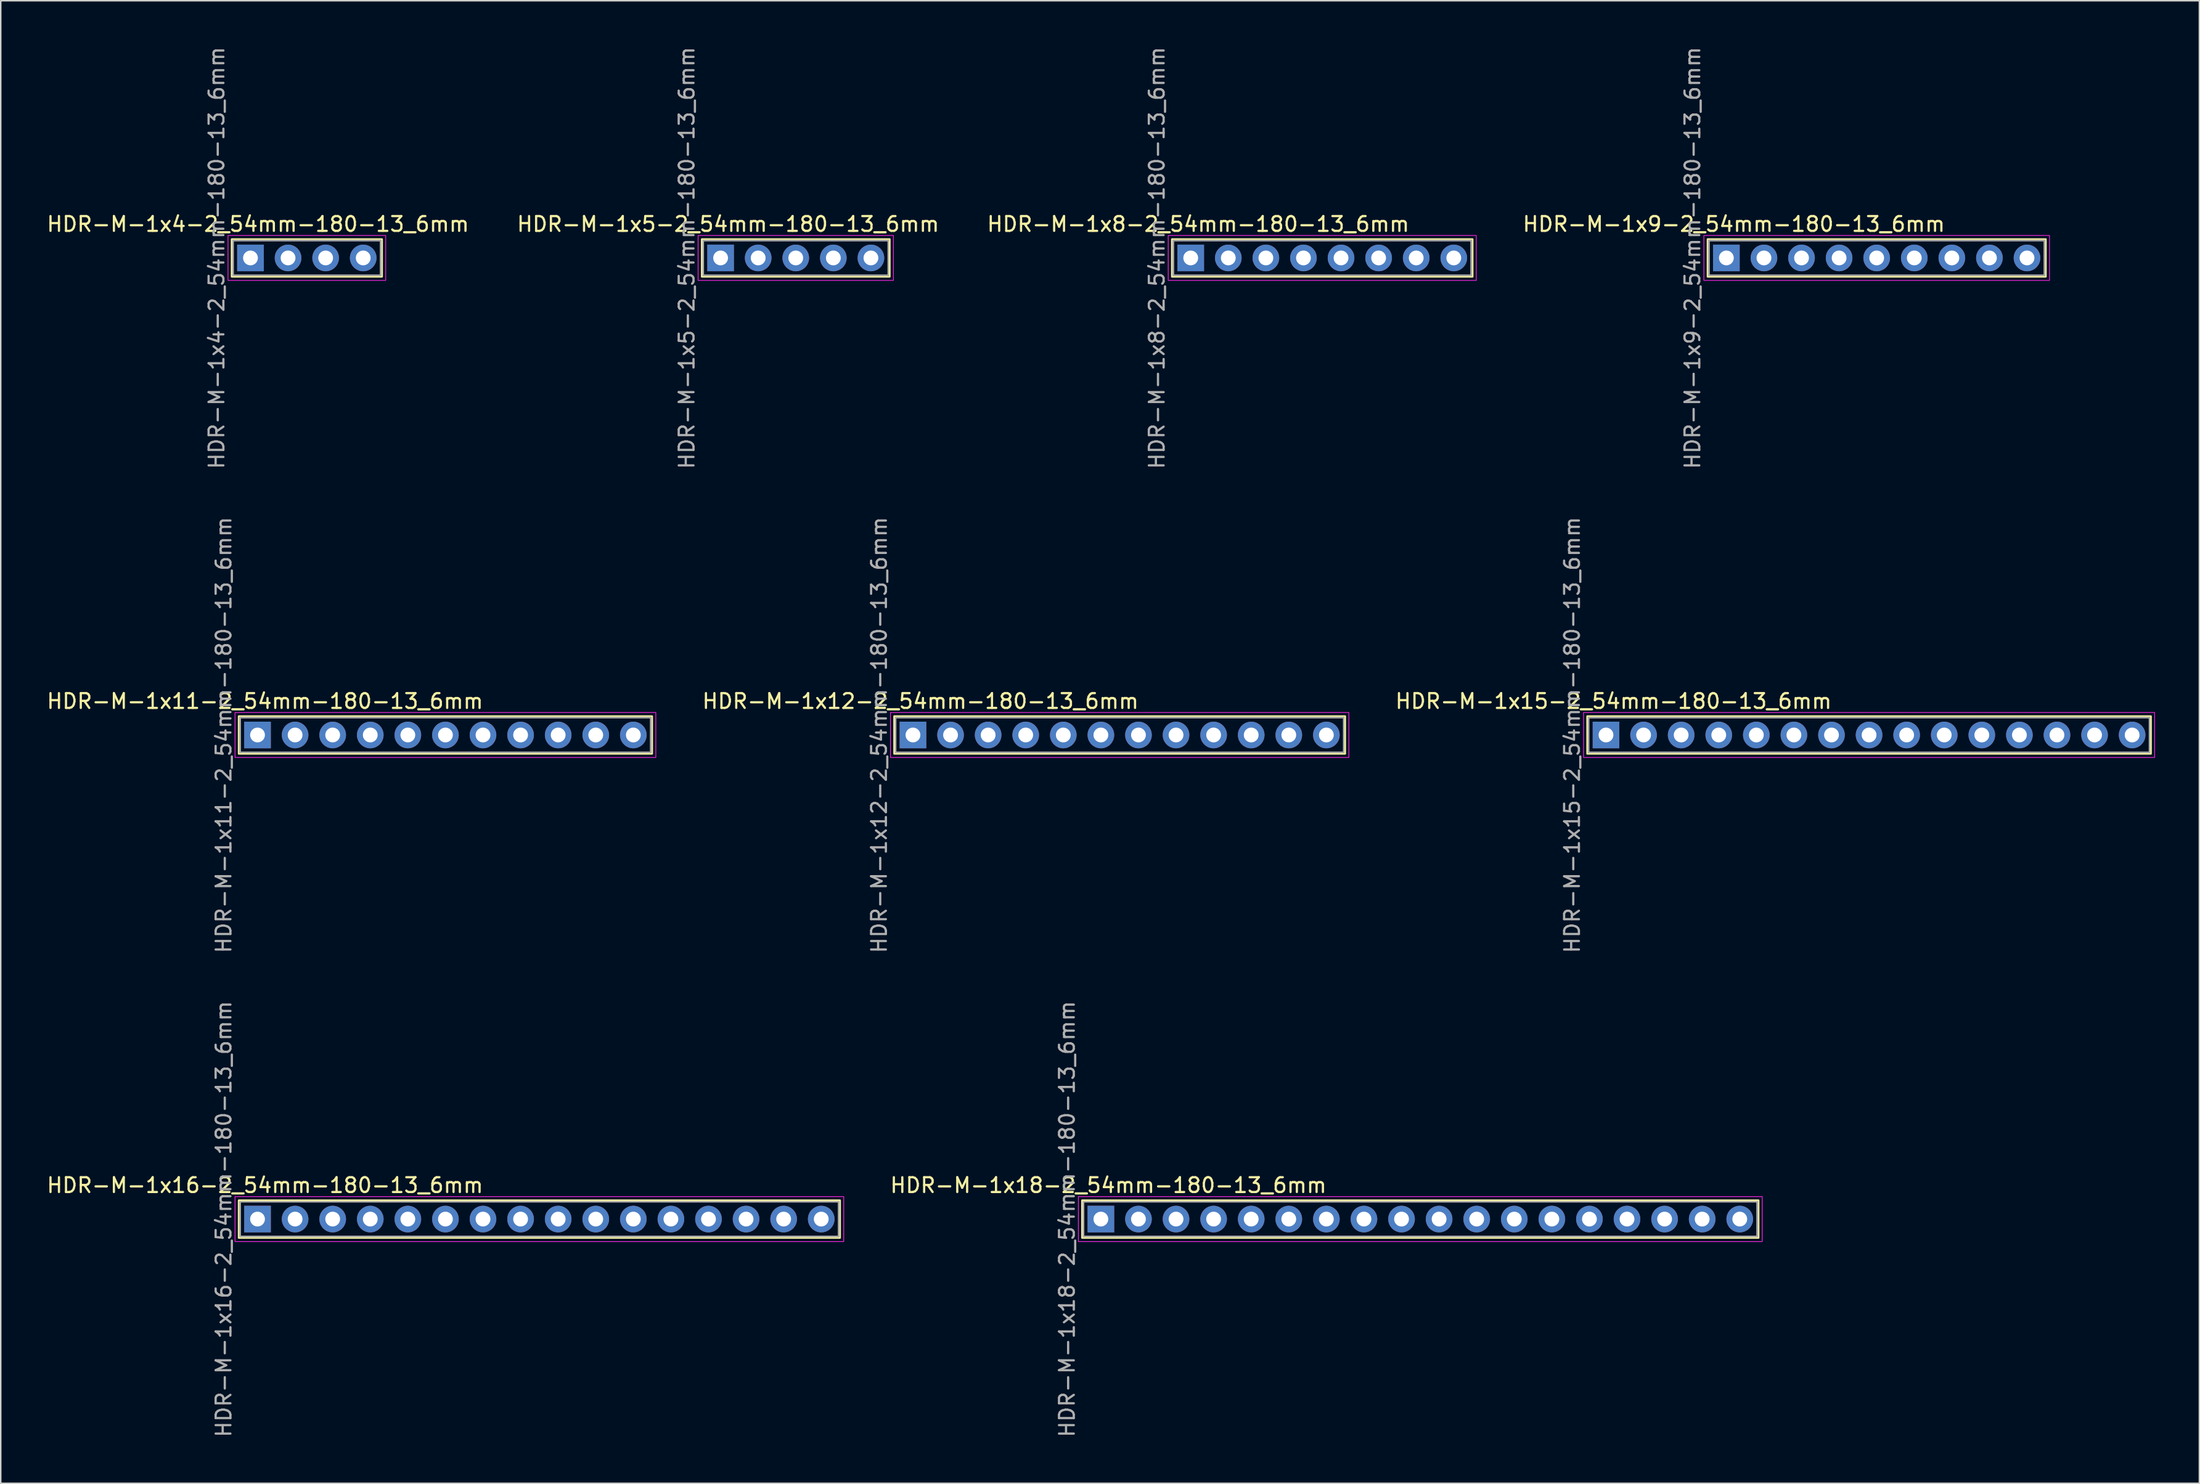
<source format=kicad_pcb>
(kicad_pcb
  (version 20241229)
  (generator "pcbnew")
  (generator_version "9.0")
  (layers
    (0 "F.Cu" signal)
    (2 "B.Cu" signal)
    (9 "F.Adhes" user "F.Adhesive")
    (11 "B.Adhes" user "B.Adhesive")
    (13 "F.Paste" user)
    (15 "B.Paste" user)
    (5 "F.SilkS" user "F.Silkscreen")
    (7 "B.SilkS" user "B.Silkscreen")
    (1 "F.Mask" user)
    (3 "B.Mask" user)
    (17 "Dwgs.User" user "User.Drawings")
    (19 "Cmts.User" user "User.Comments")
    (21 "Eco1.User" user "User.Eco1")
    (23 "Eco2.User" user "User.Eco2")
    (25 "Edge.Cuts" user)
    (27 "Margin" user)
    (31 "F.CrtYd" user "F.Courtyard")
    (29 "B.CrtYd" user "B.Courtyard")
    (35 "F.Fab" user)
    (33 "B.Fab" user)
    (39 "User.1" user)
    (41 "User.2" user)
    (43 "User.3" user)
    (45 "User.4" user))
  (footprint "HDR-M-1x9-2_54mm-180-13_6mm"
    (layer "F.Cu")
    (at 113.63 14.387)
    (property "Reference" "HDR-M-1x9-2_54mm-180-13_6mm" (at 0.508 -2.286 0) (unlocked yes) (layer "F.SilkS") (effects (font (size 1 1) (thickness 0.15))))
    (attr through_hole)
    (fp_rect (start -1.27 -1.27) (end 21.59 1.27) (stroke (width 0.12) (type solid)) (fill no) (layer "F.SilkS"))
    (fp_rect (start -1.52 -1.52) (end 21.84 1.52) (stroke (width 0.05) (type solid)) (fill no) (layer "F.CrtYd"))
    (fp_rect (start -1.17 -1.17) (end 21.49 1.17) (stroke (width 0.1) (type solid)) (fill no) (layer "F.Fab"))
    (fp_text user "${REFERENCE}" (at -2.286 0 90) (unlocked yes) (layer "F.Fab") (effects (font (size 1 1) (thickness 0.15))))
    (pad "1" thru_hole rect (at 0 0) (size 1.8 1.8) (drill 1) (layers "*.Cu" "*.Mask"))
    (pad "2" thru_hole circle (at 2.54 0) (size 1.8 1.8) (drill 1) (layers "*.Cu" "*.Mask"))
    (pad "3" thru_hole circle (at 5.08 0) (size 1.8 1.8) (drill 1) (layers "*.Cu" "*.Mask"))
    (pad "4" thru_hole circle (at 7.62 0) (size 1.8 1.8) (drill 1) (layers "*.Cu" "*.Mask"))
    (pad "5" thru_hole circle (at 10.16 0) (size 1.8 1.8) (drill 1) (layers "*.Cu" "*.Mask"))
    (pad "6" thru_hole circle (at 12.7 0) (size 1.8 1.8) (drill 1) (layers "*.Cu" "*.Mask"))
    (pad "7" thru_hole circle (at 15.24 0) (size 1.8 1.8) (drill 1) (layers "*.Cu" "*.Mask"))
    (pad "8" thru_hole circle (at 17.78 0) (size 1.8 1.8) (drill 1) (layers "*.Cu" "*.Mask"))
    (pad "9" thru_hole circle (at 20.32 0) (size 1.8 1.8) (drill 1) (layers "*.Cu" "*.Mask")))
  (footprint "HDR-M-1x11-2_54mm-180-13_6mm"
    (layer "F.Cu")
    (at 14.355 46.637)
    (property "Reference" "HDR-M-1x11-2_54mm-180-13_6mm" (at 0.508 -2.286 0) (unlocked yes) (layer "F.SilkS") (effects (font (size 1 1) (thickness 0.15))))
    (attr through_hole)
    (fp_rect (start -1.27 -1.27) (end 26.67 1.27) (stroke (width 0.12) (type solid)) (fill no) (layer "F.SilkS"))
    (fp_rect (start -1.52 -1.52) (end 26.92 1.52) (stroke (width 0.05) (type solid)) (fill no) (layer "F.CrtYd"))
    (fp_rect (start -1.17 -1.17) (end 26.57 1.17) (stroke (width 0.1) (type solid)) (fill no) (layer "F.Fab"))
    (fp_text user "${REFERENCE}" (at -2.286 0 90) (unlocked yes) (layer "F.Fab") (effects (font (size 1 1) (thickness 0.15))))
    (pad "1" thru_hole rect (at 0 0) (size 1.8 1.8) (drill 1) (layers "*.Cu" "*.Mask"))
    (pad "2" thru_hole circle (at 2.54 0) (size 1.8 1.8) (drill 1) (layers "*.Cu" "*.Mask"))
    (pad "3" thru_hole circle (at 5.08 0) (size 1.8 1.8) (drill 1) (layers "*.Cu" "*.Mask"))
    (pad "4" thru_hole circle (at 7.62 0) (size 1.8 1.8) (drill 1) (layers "*.Cu" "*.Mask"))
    (pad "5" thru_hole circle (at 10.16 0) (size 1.8 1.8) (drill 1) (layers "*.Cu" "*.Mask"))
    (pad "6" thru_hole circle (at 12.7 0) (size 1.8 1.8) (drill 1) (layers "*.Cu" "*.Mask"))
    (pad "7" thru_hole circle (at 15.24 0) (size 1.8 1.8) (drill 1) (layers "*.Cu" "*.Mask"))
    (pad "8" thru_hole circle (at 17.78 0) (size 1.8 1.8) (drill 1) (layers "*.Cu" "*.Mask"))
    (pad "9" thru_hole circle (at 20.32 0) (size 1.8 1.8) (drill 1) (layers "*.Cu" "*.Mask"))
    (pad "10" thru_hole circle (at 22.86 0) (size 1.8 1.8) (drill 1) (layers "*.Cu" "*.Mask"))
    (pad "11" thru_hole circle (at 25.4 0) (size 1.8 1.8) (drill 1) (layers "*.Cu" "*.Mask")))
  (footprint "HDR-M-1x5-2_54mm-180-13_6mm"
    (layer "F.Cu")
    (at 45.653 14.387)
    (property "Reference" "HDR-M-1x5-2_54mm-180-13_6mm" (at 0.508 -2.286 0) (unlocked yes) (layer "F.SilkS") (effects (font (size 1 1) (thickness 0.15))))
    (attr through_hole)
    (fp_rect (start -1.27 -1.27) (end 11.43 1.27) (stroke (width 0.12) (type solid)) (fill no) (layer "F.SilkS"))
    (fp_rect (start -1.52 -1.52) (end 11.68 1.52) (stroke (width 0.05) (type solid)) (fill no) (layer "F.CrtYd"))
    (fp_rect (start -1.17 -1.17) (end 11.33 1.17) (stroke (width 0.1) (type solid)) (fill no) (layer "F.Fab"))
    (fp_text user "${REFERENCE}" (at -2.286 0 90) (unlocked yes) (layer "F.Fab") (effects (font (size 1 1) (thickness 0.15))))
    (pad "1" thru_hole rect (at 0 0) (size 1.8 1.8) (drill 1) (layers "*.Cu" "*.Mask"))
    (pad "2" thru_hole circle (at 2.54 0) (size 1.8 1.8) (drill 1) (layers "*.Cu" "*.Mask"))
    (pad "3" thru_hole circle (at 5.08 0) (size 1.8 1.8) (drill 1) (layers "*.Cu" "*.Mask"))
    (pad "4" thru_hole circle (at 7.62 0) (size 1.8 1.8) (drill 1) (layers "*.Cu" "*.Mask"))
    (pad "5" thru_hole circle (at 10.16 0) (size 1.8 1.8) (drill 1) (layers "*.Cu" "*.Mask")))
  (footprint "HDR-M-1x18-2_54mm-180-13_6mm"
    (layer "F.Cu")
    (at 71.355 79.363)
    (property "Reference" "HDR-M-1x18-2_54mm-180-13_6mm" (at 0.508 -2.286 0) (unlocked yes) (layer "F.SilkS") (effects (font (size 1 1) (thickness 0.15))))
    (attr through_hole)
    (fp_rect (start -1.27 -1.27) (end 44.45 1.27) (stroke (width 0.12) (type solid)) (fill no) (layer "F.SilkS"))
    (fp_rect (start -1.52 -1.52) (end 44.7 1.52) (stroke (width 0.05) (type solid)) (fill no) (layer "F.CrtYd"))
    (fp_rect (start -1.17 -1.17) (end 44.35 1.17) (stroke (width 0.1) (type solid)) (fill no) (layer "F.Fab"))
    (fp_text user "${REFERENCE}" (at -2.286 0 90) (unlocked yes) (layer "F.Fab") (effects (font (size 1 1) (thickness 0.15))))
    (pad "1" thru_hole rect (at 0 0) (size 1.8 1.8) (drill 1) (layers "*.Cu" "*.Mask"))
    (pad "2" thru_hole circle (at 2.54 0) (size 1.8 1.8) (drill 1) (layers "*.Cu" "*.Mask"))
    (pad "3" thru_hole circle (at 5.08 0) (size 1.8 1.8) (drill 1) (layers "*.Cu" "*.Mask"))
    (pad "4" thru_hole circle (at 7.62 0) (size 1.8 1.8) (drill 1) (layers "*.Cu" "*.Mask"))
    (pad "5" thru_hole circle (at 10.16 0) (size 1.8 1.8) (drill 1) (layers "*.Cu" "*.Mask"))
    (pad "6" thru_hole circle (at 12.7 0) (size 1.8 1.8) (drill 1) (layers "*.Cu" "*.Mask"))
    (pad "7" thru_hole circle (at 15.24 0) (size 1.8 1.8) (drill 1) (layers "*.Cu" "*.Mask"))
    (pad "8" thru_hole circle (at 17.78 0) (size 1.8 1.8) (drill 1) (layers "*.Cu" "*.Mask"))
    (pad "9" thru_hole circle (at 20.32 0) (size 1.8 1.8) (drill 1) (layers "*.Cu" "*.Mask"))
    (pad "10" thru_hole circle (at 22.86 0) (size 1.8 1.8) (drill 1) (layers "*.Cu" "*.Mask"))
    (pad "11" thru_hole circle (at 25.4 0) (size 1.8 1.8) (drill 1) (layers "*.Cu" "*.Mask"))
    (pad "12" thru_hole circle (at 27.94 0) (size 1.8 1.8) (drill 1) (layers "*.Cu" "*.Mask"))
    (pad "13" thru_hole circle (at 30.48 0) (size 1.8 1.8) (drill 1) (layers "*.Cu" "*.Mask"))
    (pad "14" thru_hole circle (at 33.02 0) (size 1.8 1.8) (drill 1) (layers "*.Cu" "*.Mask"))
    (pad "15" thru_hole circle (at 35.56 0) (size 1.8 1.8) (drill 1) (layers "*.Cu" "*.Mask"))
    (pad "16" thru_hole circle (at 38.1 0) (size 1.8 1.8) (drill 1) (layers "*.Cu" "*.Mask"))
    (pad "17" thru_hole circle (at 40.64 0) (size 1.8 1.8) (drill 1) (layers "*.Cu" "*.Mask"))
    (pad "18" thru_hole circle (at 43.18 0) (size 1.8 1.8) (drill 1) (layers "*.Cu" "*.Mask")))
  (footprint "HDR-M-1x4-2_54mm-180-13_6mm"
    (layer "F.Cu")
    (at 13.879 14.387)
    (property "Reference" "HDR-M-1x4-2_54mm-180-13_6mm" (at 0.508 -2.286 0) (unlocked yes) (layer "F.SilkS") (effects (font (size 1 1) (thickness 0.15))))
    (attr through_hole)
    (fp_rect (start -1.27 -1.27) (end 8.89 1.27) (stroke (width 0.12) (type solid)) (fill no) (layer "F.SilkS"))
    (fp_rect (start -1.52 -1.52) (end 9.14 1.52) (stroke (width 0.05) (type solid)) (fill no) (layer "F.CrtYd"))
    (fp_rect (start -1.17 -1.17) (end 8.79 1.17) (stroke (width 0.1) (type solid)) (fill no) (layer "F.Fab"))
    (fp_text user "${REFERENCE}" (at -2.286 0 90) (unlocked yes) (layer "F.Fab") (effects (font (size 1 1) (thickness 0.15))))
    (pad "1" thru_hole rect (at 0 0) (size 1.8 1.8) (drill 1) (layers "*.Cu" "*.Mask"))
    (pad "2" thru_hole circle (at 2.54 0) (size 1.8 1.8) (drill 1) (layers "*.Cu" "*.Mask"))
    (pad "3" thru_hole circle (at 5.08 0) (size 1.8 1.8) (drill 1) (layers "*.Cu" "*.Mask"))
    (pad "4" thru_hole circle (at 7.62 0) (size 1.8 1.8) (drill 1) (layers "*.Cu" "*.Mask")))
  (footprint "HDR-M-1x15-2_54mm-180-13_6mm"
    (layer "F.Cu")
    (at 105.495 46.637)
    (property "Reference" "HDR-M-1x15-2_54mm-180-13_6mm" (at 0.508 -2.286 0) (unlocked yes) (layer "F.SilkS") (effects (font (size 1 1) (thickness 0.15))))
    (attr through_hole)
    (fp_rect (start -1.27 -1.27) (end 36.83 1.27) (stroke (width 0.12) (type solid)) (fill no) (layer "F.SilkS"))
    (fp_rect (start -1.52 -1.52) (end 37.08 1.52) (stroke (width 0.05) (type solid)) (fill no) (layer "F.CrtYd"))
    (fp_rect (start -1.17 -1.17) (end 36.73 1.17) (stroke (width 0.1) (type solid)) (fill no) (layer "F.Fab"))
    (fp_text user "${REFERENCE}" (at -2.286 0 90) (unlocked yes) (layer "F.Fab") (effects (font (size 1 1) (thickness 0.15))))
    (pad "1" thru_hole rect (at 0 0) (size 1.8 1.8) (drill 1) (layers "*.Cu" "*.Mask"))
    (pad "2" thru_hole circle (at 2.54 0) (size 1.8 1.8) (drill 1) (layers "*.Cu" "*.Mask"))
    (pad "3" thru_hole circle (at 5.08 0) (size 1.8 1.8) (drill 1) (layers "*.Cu" "*.Mask"))
    (pad "4" thru_hole circle (at 7.62 0) (size 1.8 1.8) (drill 1) (layers "*.Cu" "*.Mask"))
    (pad "5" thru_hole circle (at 10.16 0) (size 1.8 1.8) (drill 1) (layers "*.Cu" "*.Mask"))
    (pad "6" thru_hole circle (at 12.7 0) (size 1.8 1.8) (drill 1) (layers "*.Cu" "*.Mask"))
    (pad "7" thru_hole circle (at 15.24 0) (size 1.8 1.8) (drill 1) (layers "*.Cu" "*.Mask"))
    (pad "8" thru_hole circle (at 17.78 0) (size 1.8 1.8) (drill 1) (layers "*.Cu" "*.Mask"))
    (pad "9" thru_hole circle (at 20.32 0) (size 1.8 1.8) (drill 1) (layers "*.Cu" "*.Mask"))
    (pad "10" thru_hole circle (at 22.86 0) (size 1.8 1.8) (drill 1) (layers "*.Cu" "*.Mask"))
    (pad "11" thru_hole circle (at 25.4 0) (size 1.8 1.8) (drill 1) (layers "*.Cu" "*.Mask"))
    (pad "12" thru_hole circle (at 27.94 0) (size 1.8 1.8) (drill 1) (layers "*.Cu" "*.Mask"))
    (pad "13" thru_hole circle (at 30.48 0) (size 1.8 1.8) (drill 1) (layers "*.Cu" "*.Mask"))
    (pad "14" thru_hole circle (at 33.02 0) (size 1.8 1.8) (drill 1) (layers "*.Cu" "*.Mask"))
    (pad "15" thru_hole circle (at 35.56 0) (size 1.8 1.8) (drill 1) (layers "*.Cu" "*.Mask")))
  (footprint "HDR-M-1x12-2_54mm-180-13_6mm"
    (layer "F.Cu")
    (at 58.655 46.637)
    (property "Reference" "HDR-M-1x12-2_54mm-180-13_6mm" (at 0.508 -2.286 0) (unlocked yes) (layer "F.SilkS") (effects (font (size 1 1) (thickness 0.15))))
    (attr through_hole)
    (fp_rect (start -1.27 -1.27) (end 29.21 1.27) (stroke (width 0.12) (type solid)) (fill no) (layer "F.SilkS"))
    (fp_rect (start -1.52 -1.52) (end 29.46 1.52) (stroke (width 0.05) (type solid)) (fill no) (layer "F.CrtYd"))
    (fp_rect (start -1.17 -1.17) (end 29.11 1.17) (stroke (width 0.1) (type solid)) (fill no) (layer "F.Fab"))
    (fp_text user "${REFERENCE}" (at -2.286 0 90) (unlocked yes) (layer "F.Fab") (effects (font (size 1 1) (thickness 0.15))))
    (pad "1" thru_hole rect (at 0 0) (size 1.8 1.8) (drill 1) (layers "*.Cu" "*.Mask"))
    (pad "2" thru_hole circle (at 2.54 0) (size 1.8 1.8) (drill 1) (layers "*.Cu" "*.Mask"))
    (pad "3" thru_hole circle (at 5.08 0) (size 1.8 1.8) (drill 1) (layers "*.Cu" "*.Mask"))
    (pad "4" thru_hole circle (at 7.62 0) (size 1.8 1.8) (drill 1) (layers "*.Cu" "*.Mask"))
    (pad "5" thru_hole circle (at 10.16 0) (size 1.8 1.8) (drill 1) (layers "*.Cu" "*.Mask"))
    (pad "6" thru_hole circle (at 12.7 0) (size 1.8 1.8) (drill 1) (layers "*.Cu" "*.Mask"))
    (pad "7" thru_hole circle (at 15.24 0) (size 1.8 1.8) (drill 1) (layers "*.Cu" "*.Mask"))
    (pad "8" thru_hole circle (at 17.78 0) (size 1.8 1.8) (drill 1) (layers "*.Cu" "*.Mask"))
    (pad "9" thru_hole circle (at 20.32 0) (size 1.8 1.8) (drill 1) (layers "*.Cu" "*.Mask"))
    (pad "10" thru_hole circle (at 22.86 0) (size 1.8 1.8) (drill 1) (layers "*.Cu" "*.Mask"))
    (pad "11" thru_hole circle (at 25.4 0) (size 1.8 1.8) (drill 1) (layers "*.Cu" "*.Mask"))
    (pad "12" thru_hole circle (at 27.94 0) (size 1.8 1.8) (drill 1) (layers "*.Cu" "*.Mask")))
  (footprint "HDR-M-1x8-2_54mm-180-13_6mm"
    (layer "F.Cu")
    (at 77.427 14.387)
    (property "Reference" "HDR-M-1x8-2_54mm-180-13_6mm" (at 0.508 -2.286 0) (unlocked yes) (layer "F.SilkS") (effects (font (size 1 1) (thickness 0.15))))
    (attr through_hole)
    (fp_rect (start -1.27 -1.27) (end 19.05 1.27) (stroke (width 0.12) (type solid)) (fill no) (layer "F.SilkS"))
    (fp_rect (start -1.52 -1.52) (end 19.3 1.52) (stroke (width 0.05) (type solid)) (fill no) (layer "F.CrtYd"))
    (fp_rect (start -1.17 -1.17) (end 18.95 1.17) (stroke (width 0.1) (type solid)) (fill no) (layer "F.Fab"))
    (fp_text user "${REFERENCE}" (at -2.286 0 90) (unlocked yes) (layer "F.Fab") (effects (font (size 1 1) (thickness 0.15))))
    (pad "1" thru_hole rect (at 0 0) (size 1.8 1.8) (drill 1) (layers "*.Cu" "*.Mask"))
    (pad "2" thru_hole circle (at 2.54 0) (size 1.8 1.8) (drill 1) (layers "*.Cu" "*.Mask"))
    (pad "3" thru_hole circle (at 5.08 0) (size 1.8 1.8) (drill 1) (layers "*.Cu" "*.Mask"))
    (pad "4" thru_hole circle (at 7.62 0) (size 1.8 1.8) (drill 1) (layers "*.Cu" "*.Mask"))
    (pad "5" thru_hole circle (at 10.16 0) (size 1.8 1.8) (drill 1) (layers "*.Cu" "*.Mask"))
    (pad "6" thru_hole circle (at 12.7 0) (size 1.8 1.8) (drill 1) (layers "*.Cu" "*.Mask"))
    (pad "7" thru_hole circle (at 15.24 0) (size 1.8 1.8) (drill 1) (layers "*.Cu" "*.Mask"))
    (pad "8" thru_hole circle (at 17.78 0) (size 1.8 1.8) (drill 1) (layers "*.Cu" "*.Mask")))
  (footprint "HDR-M-1x16-2_54mm-180-13_6mm"
    (layer "F.Cu")
    (at 14.355 79.363)
    (property "Reference" "HDR-M-1x16-2_54mm-180-13_6mm" (at 0.508 -2.286 0) (unlocked yes) (layer "F.SilkS") (effects (font (size 1 1) (thickness 0.15))))
    (attr through_hole)
    (fp_rect (start -1.27 -1.27) (end 39.37 1.27) (stroke (width 0.12) (type solid)) (fill no) (layer "F.SilkS"))
    (fp_rect (start -1.52 -1.52) (end 39.62 1.52) (stroke (width 0.05) (type solid)) (fill no) (layer "F.CrtYd"))
    (fp_rect (start -1.17 -1.17) (end 39.27 1.17) (stroke (width 0.1) (type solid)) (fill no) (layer "F.Fab"))
    (fp_text user "${REFERENCE}" (at -2.286 0 90) (unlocked yes) (layer "F.Fab") (effects (font (size 1 1) (thickness 0.15))))
    (pad "1" thru_hole rect (at 0 0) (size 1.8 1.8) (drill 1) (layers "*.Cu" "*.Mask"))
    (pad "2" thru_hole circle (at 2.54 0) (size 1.8 1.8) (drill 1) (layers "*.Cu" "*.Mask"))
    (pad "3" thru_hole circle (at 5.08 0) (size 1.8 1.8) (drill 1) (layers "*.Cu" "*.Mask"))
    (pad "4" thru_hole circle (at 7.62 0) (size 1.8 1.8) (drill 1) (layers "*.Cu" "*.Mask"))
    (pad "5" thru_hole circle (at 10.16 0) (size 1.8 1.8) (drill 1) (layers "*.Cu" "*.Mask"))
    (pad "6" thru_hole circle (at 12.7 0) (size 1.8 1.8) (drill 1) (layers "*.Cu" "*.Mask"))
    (pad "7" thru_hole circle (at 15.24 0) (size 1.8 1.8) (drill 1) (layers "*.Cu" "*.Mask"))
    (pad "8" thru_hole circle (at 17.78 0) (size 1.8 1.8) (drill 1) (layers "*.Cu" "*.Mask"))
    (pad "9" thru_hole circle (at 20.32 0) (size 1.8 1.8) (drill 1) (layers "*.Cu" "*.Mask"))
    (pad "10" thru_hole circle (at 22.86 0) (size 1.8 1.8) (drill 1) (layers "*.Cu" "*.Mask"))
    (pad "11" thru_hole circle (at 25.4 0) (size 1.8 1.8) (drill 1) (layers "*.Cu" "*.Mask"))
    (pad "12" thru_hole circle (at 27.94 0) (size 1.8 1.8) (drill 1) (layers "*.Cu" "*.Mask"))
    (pad "13" thru_hole circle (at 30.48 0) (size 1.8 1.8) (drill 1) (layers "*.Cu" "*.Mask"))
    (pad "14" thru_hole circle (at 33.02 0) (size 1.8 1.8) (drill 1) (layers "*.Cu" "*.Mask"))
    (pad "15" thru_hole circle (at 35.56 0) (size 1.8 1.8) (drill 1) (layers "*.Cu" "*.Mask"))
    (pad "16" thru_hole circle (at 38.1 0) (size 1.8 1.8) (drill 1) (layers "*.Cu" "*.Mask")))
  (gr_rect
    (start -3 -3)
    (end 145.6 97.226)
    (stroke (width 0.1) (type default))
    (fill no)
    (layer "Edge.Cuts")))
</source>
